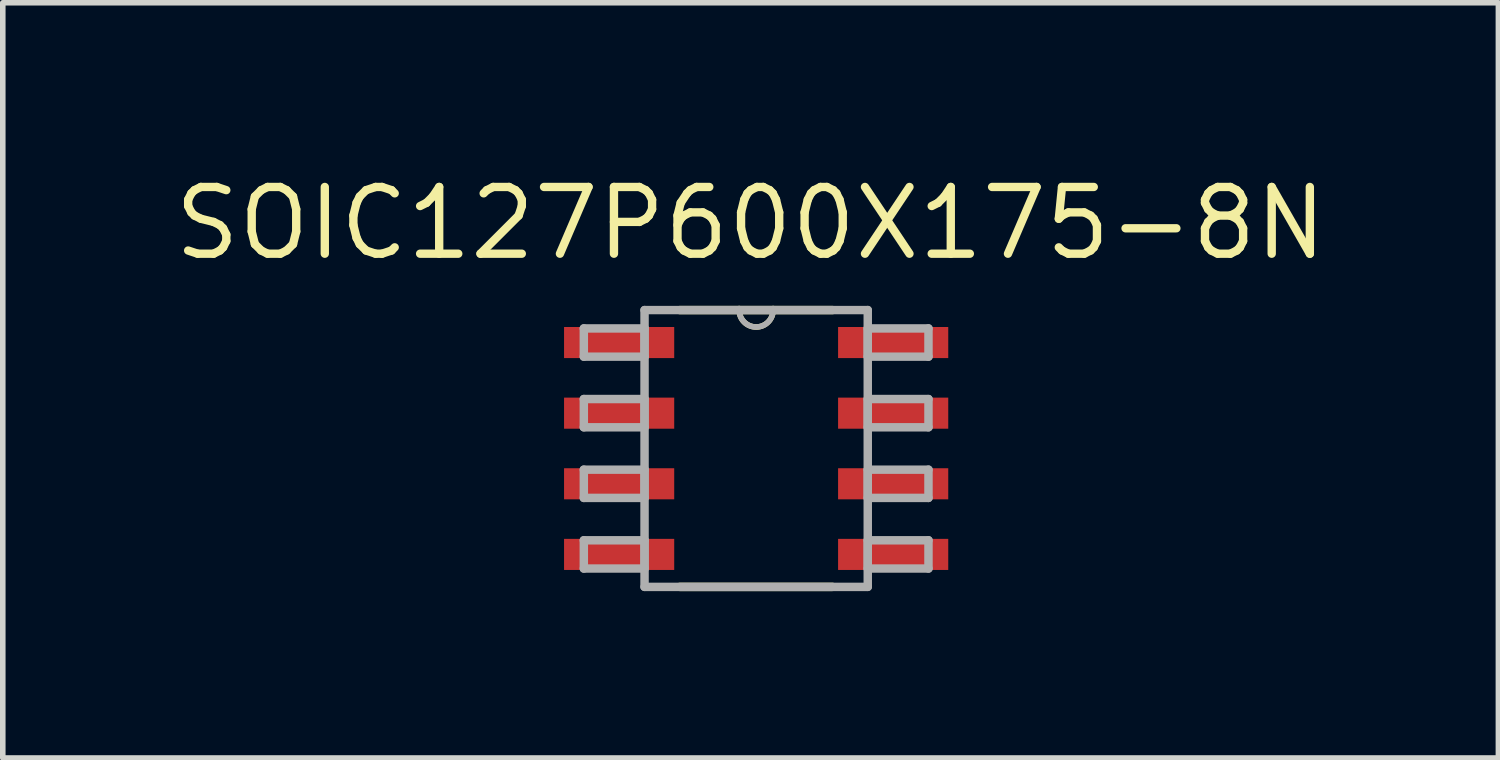
<source format=kicad_pcb>
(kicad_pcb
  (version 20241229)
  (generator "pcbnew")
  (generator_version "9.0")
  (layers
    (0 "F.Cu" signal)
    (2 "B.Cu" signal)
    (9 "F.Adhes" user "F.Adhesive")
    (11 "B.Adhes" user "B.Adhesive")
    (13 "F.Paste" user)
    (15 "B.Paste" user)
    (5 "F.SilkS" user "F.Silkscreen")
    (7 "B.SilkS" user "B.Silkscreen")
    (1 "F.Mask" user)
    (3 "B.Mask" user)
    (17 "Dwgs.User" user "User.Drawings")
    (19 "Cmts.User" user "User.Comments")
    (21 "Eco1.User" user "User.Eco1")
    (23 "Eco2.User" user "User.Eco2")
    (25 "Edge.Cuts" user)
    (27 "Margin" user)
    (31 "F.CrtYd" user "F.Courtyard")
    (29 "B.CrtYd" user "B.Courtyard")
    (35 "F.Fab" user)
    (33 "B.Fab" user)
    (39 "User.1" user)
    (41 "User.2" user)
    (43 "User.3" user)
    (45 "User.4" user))
  (footprint "SOIC127P600X175-8N"
    (layer "F.Cu")
    (at 10.548 5.015)
    (property "Reference" "SOIC127P600X175-8N" (at -0.1 -4.05 0) (layer "F.SilkS") (effects (font (size 1.2 1.2) (thickness 0.15))))
    (attr smd)
    (fp_line (start -1.372 2.489) (end 1.372 2.489) (stroke (width 0.152) (type solid)) (layer "F.SilkS"))
    (fp_line (start -0.305 -2.489) (end -1.372 -2.489) (stroke (width 0.152) (type solid)) (layer "F.SilkS"))
    (fp_line (start 0.305 -2.489) (end -0.305 -2.489) (stroke (width 0.152) (type solid)) (layer "F.SilkS"))
    (fp_line (start 1.372 -2.489) (end 0.305 -2.489) (stroke (width 0.152) (type solid)) (layer "F.SilkS"))
    (fp_arc (start 0.3048 -2.4892) (mid 0 -2.1844) (end -0.3048 -2.4892) (stroke (width 0.1) (type solid)) (layer "F.SilkS"))
    (fp_line (start -3.099 -2.159) (end -3.099 -1.651) (stroke (width 0.152) (type solid)) (layer "F.Fab"))
    (fp_line (start -3.099 -1.651) (end -2.007 -1.651) (stroke (width 0.152) (type solid)) (layer "F.Fab"))
    (fp_line (start -3.099 -0.889) (end -3.099 -0.381) (stroke (width 0.152) (type solid)) (layer "F.Fab"))
    (fp_line (start -3.099 -0.381) (end -2.007 -0.381) (stroke (width 0.152) (type solid)) (layer "F.Fab"))
    (fp_line (start -3.099 0.381) (end -3.099 0.889) (stroke (width 0.152) (type solid)) (layer "F.Fab"))
    (fp_line (start -3.099 0.889) (end -2.007 0.889) (stroke (width 0.152) (type solid)) (layer "F.Fab"))
    (fp_line (start -3.099 1.651) (end -3.099 2.159) (stroke (width 0.152) (type solid)) (layer "F.Fab"))
    (fp_line (start -3.099 2.159) (end -2.007 2.159) (stroke (width 0.152) (type solid)) (layer "F.Fab"))
    (fp_line (start -2.007 -2.489) (end -2.007 2.489) (stroke (width 0.152) (type solid)) (layer "F.Fab"))
    (fp_line (start -2.007 -2.159) (end -3.099 -2.159) (stroke (width 0.152) (type solid)) (layer "F.Fab"))
    (fp_line (start -2.007 -1.651) (end -2.007 -2.159) (stroke (width 0.152) (type solid)) (layer "F.Fab"))
    (fp_line (start -2.007 -0.889) (end -3.099 -0.889) (stroke (width 0.152) (type solid)) (layer "F.Fab"))
    (fp_line (start -2.007 -0.381) (end -2.007 -0.889) (stroke (width 0.152) (type solid)) (layer "F.Fab"))
    (fp_line (start -2.007 0.381) (end -3.099 0.381) (stroke (width 0.152) (type solid)) (layer "F.Fab"))
    (fp_line (start -2.007 0.889) (end -2.007 0.381) (stroke (width 0.152) (type solid)) (layer "F.Fab"))
    (fp_line (start -2.007 1.651) (end -3.099 1.651) (stroke (width 0.152) (type solid)) (layer "F.Fab"))
    (fp_line (start -2.007 2.159) (end -2.007 1.651) (stroke (width 0.152) (type solid)) (layer "F.Fab"))
    (fp_line (start -2.007 2.489) (end 2.007 2.489) (stroke (width 0.152) (type solid)) (layer "F.Fab"))
    (fp_line (start -0.305 -2.489) (end -2.007 -2.489) (stroke (width 0.152) (type solid)) (layer "F.Fab"))
    (fp_line (start 0.305 -2.489) (end -0.305 -2.489) (stroke (width 0.152) (type solid)) (layer "F.Fab"))
    (fp_line (start 2.007 -2.489) (end 0.305 -2.489) (stroke (width 0.152) (type solid)) (layer "F.Fab"))
    (fp_line (start 2.007 -2.159) (end 2.007 -1.651) (stroke (width 0.152) (type solid)) (layer "F.Fab"))
    (fp_line (start 2.007 -1.651) (end 3.099 -1.651) (stroke (width 0.152) (type solid)) (layer "F.Fab"))
    (fp_line (start 2.007 -0.889) (end 2.007 -0.381) (stroke (width 0.152) (type solid)) (layer "F.Fab"))
    (fp_line (start 2.007 -0.381) (end 3.099 -0.381) (stroke (width 0.152) (type solid)) (layer "F.Fab"))
    (fp_line (start 2.007 0.381) (end 2.007 0.889) (stroke (width 0.152) (type solid)) (layer "F.Fab"))
    (fp_line (start 2.007 0.889) (end 3.099 0.889) (stroke (width 0.152) (type solid)) (layer "F.Fab"))
    (fp_line (start 2.007 1.651) (end 2.007 2.159) (stroke (width 0.152) (type solid)) (layer "F.Fab"))
    (fp_line (start 2.007 2.159) (end 3.099 2.159) (stroke (width 0.152) (type solid)) (layer "F.Fab"))
    (fp_line (start 2.007 2.489) (end 2.007 -2.489) (stroke (width 0.152) (type solid)) (layer "F.Fab"))
    (fp_line (start 3.099 -2.159) (end 2.007 -2.159) (stroke (width 0.152) (type solid)) (layer "F.Fab"))
    (fp_line (start 3.099 -1.651) (end 3.099 -2.159) (stroke (width 0.152) (type solid)) (layer "F.Fab"))
    (fp_line (start 3.099 -0.889) (end 2.007 -0.889) (stroke (width 0.152) (type solid)) (layer "F.Fab"))
    (fp_line (start 3.099 -0.381) (end 3.099 -0.889) (stroke (width 0.152) (type solid)) (layer "F.Fab"))
    (fp_line (start 3.099 0.381) (end 2.007 0.381) (stroke (width 0.152) (type solid)) (layer "F.Fab"))
    (fp_line (start 3.099 0.889) (end 3.099 0.381) (stroke (width 0.152) (type solid)) (layer "F.Fab"))
    (fp_line (start 3.099 1.651) (end 2.007 1.651) (stroke (width 0.152) (type solid)) (layer "F.Fab"))
    (fp_line (start 3.099 2.159) (end 3.099 1.651) (stroke (width 0.152) (type solid)) (layer "F.Fab"))
    (fp_arc (start 0.3048 -2.4892) (mid 0 -2.1844) (end -0.3048 -2.4892) (stroke (width 0.1) (type solid)) (layer "F.Fab"))
    (pad "1" smd rect (at -2.464 -1.905) (size 1.981 0.559) (layers "F.Cu" "F.Mask" "F.Paste"))
    (pad "2" smd rect (at -2.464 -0.635) (size 1.981 0.559) (layers "F.Cu" "F.Mask" "F.Paste"))
    (pad "3" smd rect (at -2.464 0.635) (size 1.981 0.559) (layers "F.Cu" "F.Mask" "F.Paste"))
    (pad "4" smd rect (at -2.464 1.905) (size 1.981 0.559) (layers "F.Cu" "F.Mask" "F.Paste"))
    (pad "5" smd rect (at 2.464 1.905) (size 1.981 0.559) (layers "F.Cu" "F.Mask" "F.Paste"))
    (pad "6" smd rect (at 2.464 0.635) (size 1.981 0.559) (layers "F.Cu" "F.Mask" "F.Paste"))
    (pad "7" smd rect (at 2.464 -0.635) (size 1.981 0.559) (layers "F.Cu" "F.Mask" "F.Paste"))
    (pad "8" smd rect (at 2.464 -1.905) (size 1.981 0.559) (layers "F.Cu" "F.Mask" "F.Paste")))
  (gr_rect
    (start -3 -3)
    (end 23.896 10.581)
    (stroke (width 0.1) (type default))
    (fill no)
    (layer "Edge.Cuts")))
</source>
